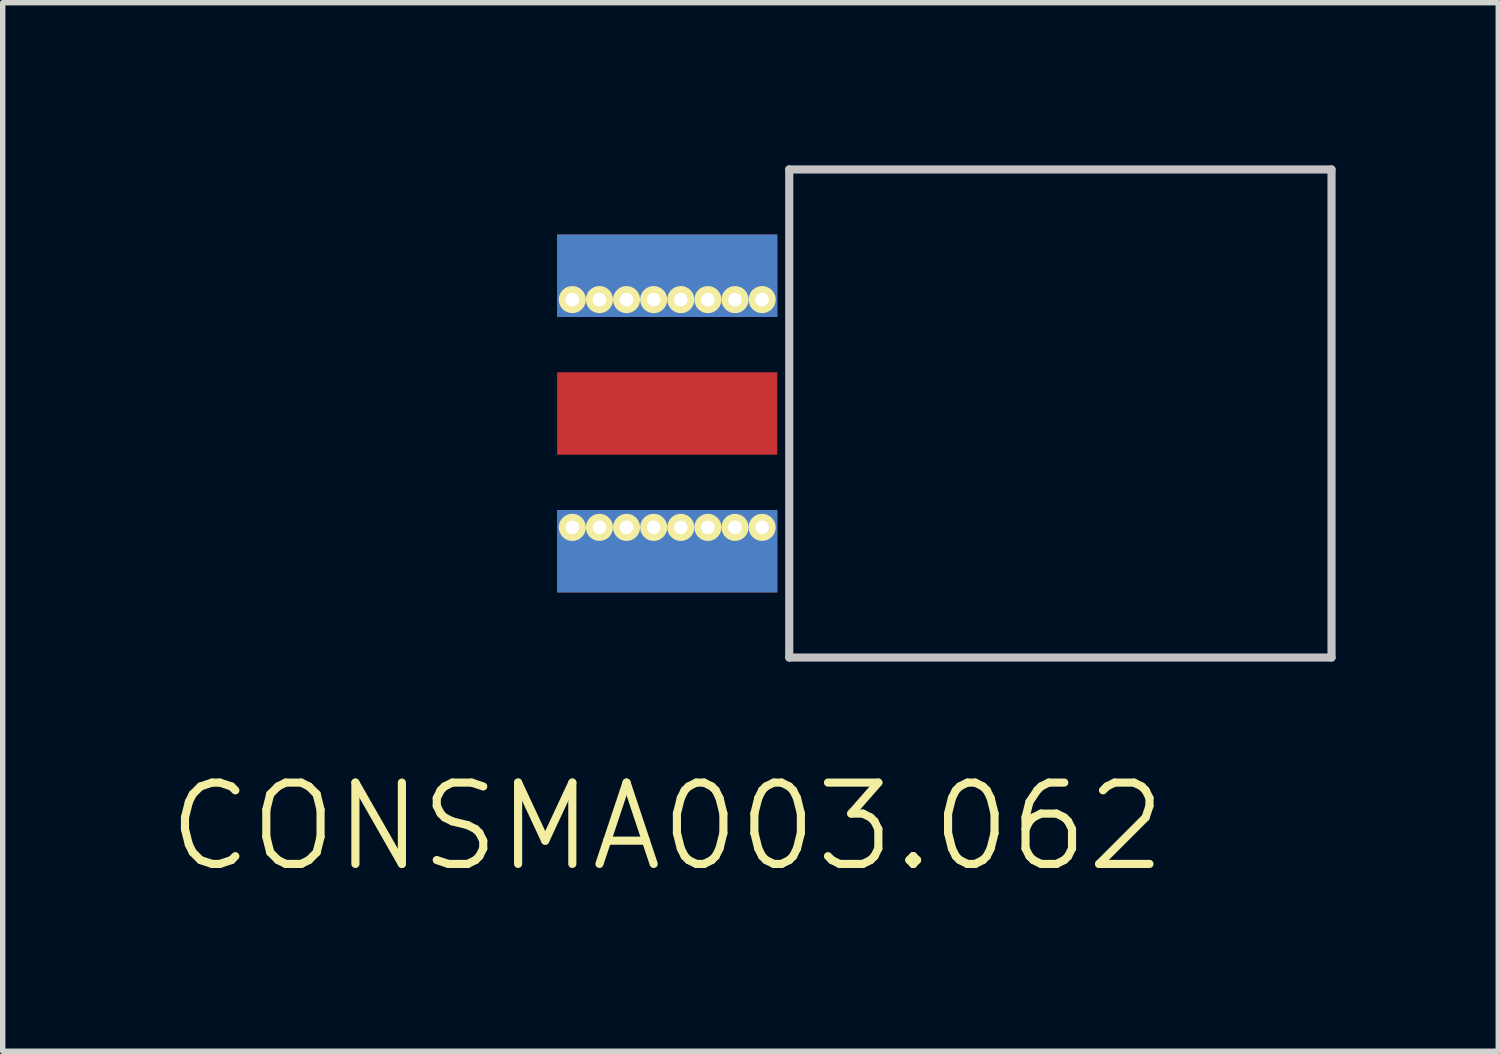
<source format=kicad_pcb>
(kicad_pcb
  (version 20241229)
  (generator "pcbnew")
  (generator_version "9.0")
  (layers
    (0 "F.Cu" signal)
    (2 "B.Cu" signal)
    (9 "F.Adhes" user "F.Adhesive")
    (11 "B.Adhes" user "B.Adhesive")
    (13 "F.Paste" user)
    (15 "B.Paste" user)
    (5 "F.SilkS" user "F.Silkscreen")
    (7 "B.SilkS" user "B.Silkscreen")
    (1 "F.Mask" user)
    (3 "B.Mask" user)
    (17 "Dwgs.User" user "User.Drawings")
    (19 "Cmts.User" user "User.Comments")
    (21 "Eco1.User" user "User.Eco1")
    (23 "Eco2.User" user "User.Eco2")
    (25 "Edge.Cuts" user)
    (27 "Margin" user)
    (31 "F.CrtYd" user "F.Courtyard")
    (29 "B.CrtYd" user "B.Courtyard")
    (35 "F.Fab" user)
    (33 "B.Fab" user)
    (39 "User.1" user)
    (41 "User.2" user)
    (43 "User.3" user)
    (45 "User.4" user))
  (footprint "CONSMA003.062"
    (layer "F.Cu")
    (at 9.254 4.575)
    (property "Reference" "CONSMA003.062" (at 0 7.62 0) (layer "F.SilkS") (effects (font (size 1.5 1.5) (thickness 0.15))))
    (attr through_hole)
    (fp_line (start 2.25 -4.5) (end 12.25 -4.5) (stroke (width 0.15) (type solid)) (layer "Dwgs.User"))
    (fp_line (start 2.25 4.5) (end 2.25 -4.5) (stroke (width 0.15) (type solid)) (layer "Dwgs.User"))
    (fp_line (start 12.25 -4.5) (end 12.25 4.5) (stroke (width 0.15) (type solid)) (layer "Dwgs.User"))
    (fp_line (start 12.25 4.5) (end 2.25 4.5) (stroke (width 0.15) (type solid)) (layer "Dwgs.User"))
    (pad "1" smd rect (at 0 0) (size 4.06 1.52) (layers "F.Cu" "F.Mask" "F.Paste"))
    (pad "2" thru_hole circle (at -1.75 -2.1) (size 0.5 0.5) (drill 0.25) (layers "*.Cu" "*.Mask" "F.SilkS"))
    (pad "2" thru_hole circle (at -1.75 2.1) (size 0.5 0.5) (drill 0.25) (layers "*.Cu" "*.Mask" "F.SilkS"))
    (pad "2" thru_hole circle (at -1.25 -2.1) (size 0.5 0.5) (drill 0.25) (layers "*.Cu" "*.Mask" "F.SilkS"))
    (pad "2" thru_hole circle (at -1.25 2.1) (size 0.5 0.5) (drill 0.25) (layers "*.Cu" "*.Mask" "F.SilkS"))
    (pad "2" thru_hole circle (at -0.75 -2.1) (size 0.5 0.5) (drill 0.25) (layers "*.Cu" "*.Mask" "F.SilkS"))
    (pad "2" thru_hole circle (at -0.75 2.1) (size 0.5 0.5) (drill 0.25) (layers "*.Cu" "*.Mask" "F.SilkS"))
    (pad "2" thru_hole circle (at -0.25 -2.1) (size 0.5 0.5) (drill 0.25) (layers "*.Cu" "*.Mask" "F.SilkS"))
    (pad "2" thru_hole circle (at -0.25 2.1) (size 0.5 0.5) (drill 0.25) (layers "*.Cu" "*.Mask" "F.SilkS"))
    (pad "2" smd rect (at 0 -2.54) (size 4.06 1.52) (layers "F.Cu" "F.Mask" "F.Paste"))
    (pad "2" smd rect (at 0 -2.54) (size 4.06 1.52) (layers "B.Cu" "B.Mask" "B.Paste"))
    (pad "2" smd rect (at 0 2.54) (size 4.06 1.52) (layers "F.Cu" "F.Mask" "F.Paste"))
    (pad "2" smd rect (at 0 2.54) (size 4.06 1.52) (layers "B.Cu" "B.Mask" "B.Paste"))
    (pad "2" thru_hole circle (at 0.25 -2.1) (size 0.5 0.5) (drill 0.25) (layers "*.Cu" "*.Mask" "F.SilkS"))
    (pad "2" thru_hole circle (at 0.25 2.1) (size 0.5 0.5) (drill 0.25) (layers "*.Cu" "*.Mask" "F.SilkS"))
    (pad "2" thru_hole circle (at 0.75 -2.1) (size 0.5 0.5) (drill 0.25) (layers "*.Cu" "*.Mask" "F.SilkS"))
    (pad "2" thru_hole circle (at 0.75 2.1) (size 0.5 0.5) (drill 0.25) (layers "*.Cu" "*.Mask" "F.SilkS"))
    (pad "2" thru_hole circle (at 1.25 -2.1) (size 0.5 0.5) (drill 0.25) (layers "*.Cu" "*.Mask" "F.SilkS"))
    (pad "2" thru_hole circle (at 1.25 2.1) (size 0.5 0.5) (drill 0.25) (layers "*.Cu" "*.Mask" "F.SilkS"))
    (pad "2" thru_hole circle (at 1.75 -2.1) (size 0.5 0.5) (drill 0.25) (layers "*.Cu" "*.Mask" "F.SilkS"))
    (pad "2" thru_hole circle (at 1.75 2.1) (size 0.5 0.5) (drill 0.25) (layers "*.Cu" "*.Mask" "F.SilkS")))
  (gr_rect
    (start -3 -3)
    (end 24.579 16.336)
    (stroke (width 0.1) (type default))
    (fill no)
    (layer "Edge.Cuts")))
</source>
